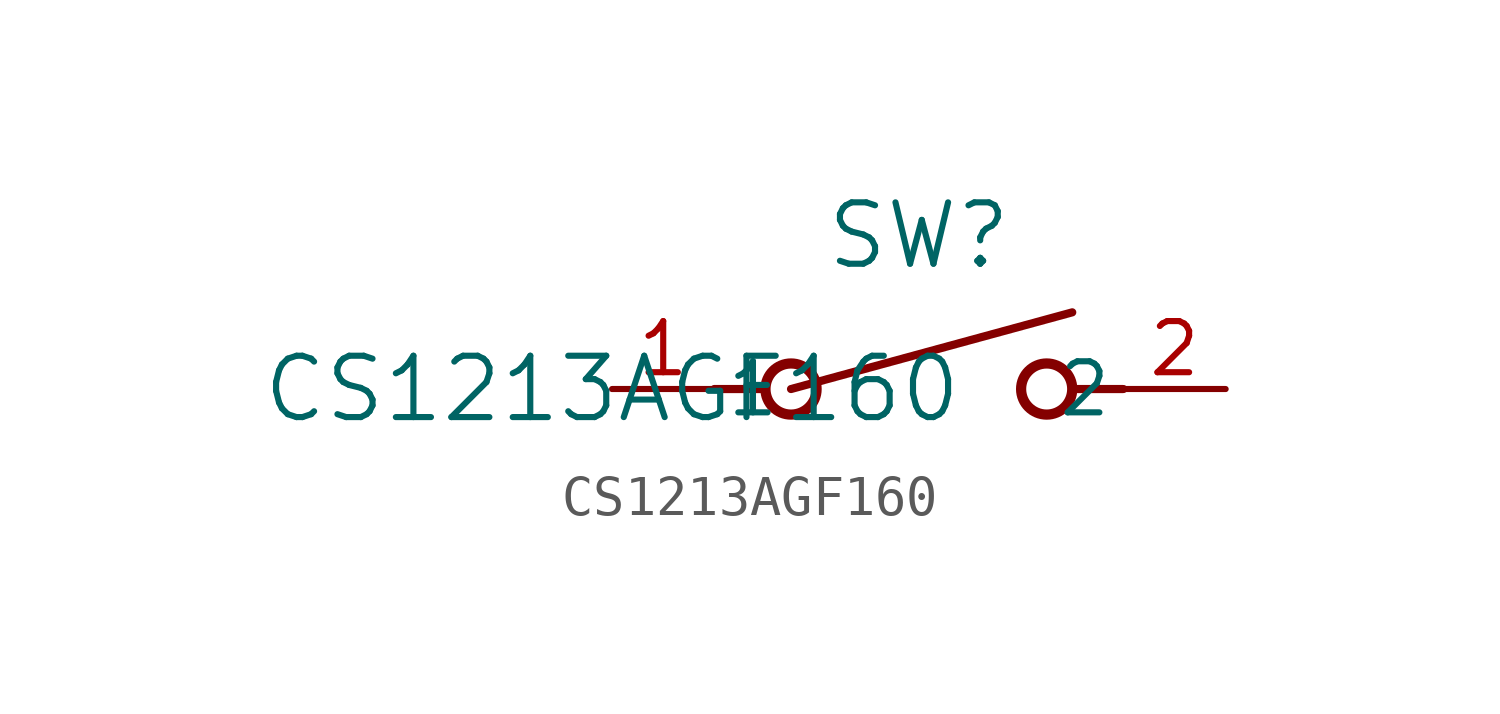
<source format=kicad_sym>
(kicad_symbol_lib
  (version 20211014)
  (generator kicad_symbol_editor)
  (symbol "CS1213AGF160"
    (pin_names
      (offset 0.254))
    (property "Reference" "SW"
      (at 7.62 3.81 0)
      (effects (font (size 1.524 1.524))))
    (property "Value" "CS1213AGF160"
      (at 0 0 0)
      (effects (font (size 1.524 1.524))))
    (symbol "CS1213AGF160_0_1"
      (polyline (pts (xy 2.54 0) (xy 3.81 0)) (stroke (width 0.203) (type default) (color 0 0 0 0)) (fill (type none)))
      (circle (center 10.795 0) (radius 0.635) (stroke (width 0.254) (type default) (color 0 0 0 0)) (fill (type none)))
      (circle (center 4.445 0) (radius 0.635) (stroke (width 0.254) (type default) (color 0 0 0 0)) (fill (type none)))
      (polyline (pts (xy 12.7 0) (xy 11.43 0)) (stroke (width 0.203) (type default) (color 0 0 0 0)) (fill (type none)))
      (polyline (pts (xy 4.445 0) (xy 11.43 1.905)) (stroke (width 0.203) (type default) (color 0 0 0 0)) (fill (type none)))
      (pin unspecified line (at 0 0 0) (length 2.54) (name "1" (effects (font (size 1.27 1.27)))) (number "1" (effects (font (size 1.27 1.27)))))
      (pin unspecified line (at 15.24 0 180) (length 2.54) (name "2" (effects (font (size 1.27 1.27)))) (number "2" (effects (font (size 1.27 1.27))))))))
</source>
